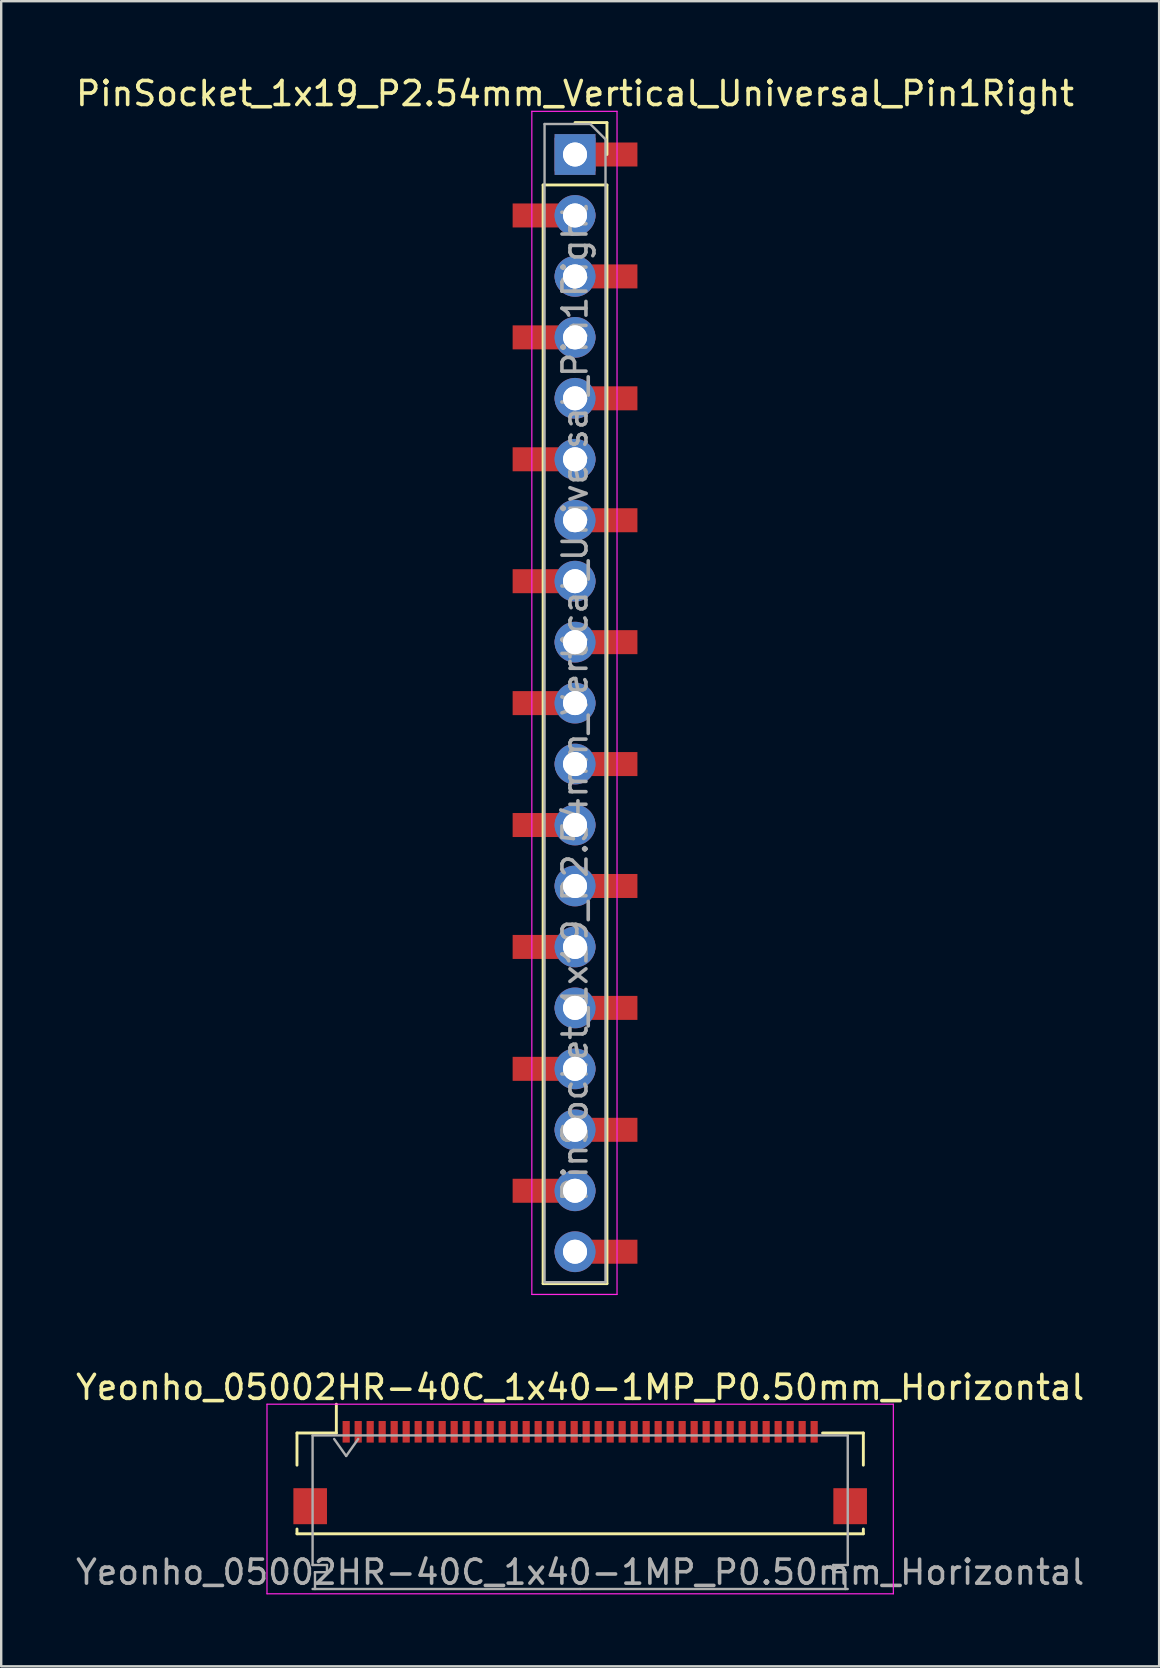
<source format=kicad_pcb>
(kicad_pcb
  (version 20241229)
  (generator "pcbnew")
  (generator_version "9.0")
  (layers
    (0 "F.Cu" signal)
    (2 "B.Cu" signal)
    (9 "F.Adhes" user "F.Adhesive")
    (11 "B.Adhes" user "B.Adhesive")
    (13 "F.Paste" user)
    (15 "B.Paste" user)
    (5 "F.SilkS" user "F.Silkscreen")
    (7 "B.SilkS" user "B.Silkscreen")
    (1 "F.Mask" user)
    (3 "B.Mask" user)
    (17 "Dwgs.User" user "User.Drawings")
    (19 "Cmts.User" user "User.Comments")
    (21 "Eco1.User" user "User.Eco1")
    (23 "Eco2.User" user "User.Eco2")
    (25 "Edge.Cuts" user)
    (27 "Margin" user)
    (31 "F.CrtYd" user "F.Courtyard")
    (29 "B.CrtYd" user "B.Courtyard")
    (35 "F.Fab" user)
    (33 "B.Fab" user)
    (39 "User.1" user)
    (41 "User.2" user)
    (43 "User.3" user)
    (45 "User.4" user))
  (footprint "Yeonho_05002HR-40C_1x40-1MP_P0.50mm_Horizontal"
    (layer "F.Cu")
    (at 21.125 58.462)
    (property "Reference" "Yeonho_05002HR-40C_1x40-1MP_P0.50mm_Horizontal" (at 0 -3.7 0) (layer "F.SilkS") (effects (font (size 1 1) (thickness 0.15))))
    (attr smd)
    (fp_line (start -11.8 -1.8) (end -11.8 -0.46) (stroke (width 0.12) (type solid)) (layer "F.SilkS"))
    (fp_line (start -11.8 2.2) (end -11.8 2.4) (stroke (width 0.12) (type solid)) (layer "F.SilkS"))
    (fp_line (start -11.8 2.4) (end 11.8 2.4) (stroke (width 0.12) (type solid)) (layer "F.SilkS"))
    (fp_line (start -10.16 -1.8) (end -11.8 -1.8) (stroke (width 0.12) (type solid)) (layer "F.SilkS"))
    (fp_line (start -10.16 -1.8) (end -10.16 -3) (stroke (width 0.12) (type solid)) (layer "F.SilkS"))
    (fp_line (start 10.1 -1.8) (end 11.8 -1.8) (stroke (width 0.12) (type solid)) (layer "F.SilkS"))
    (fp_line (start 11.8 -1.8) (end 11.8 -0.46) (stroke (width 0.12) (type solid)) (layer "F.SilkS"))
    (fp_line (start 11.8 2.4) (end 11.8 2.2) (stroke (width 0.12) (type solid)) (layer "F.SilkS"))
    (fp_line (start -13.05 -3) (end -13.05 4.9) (stroke (width 0.05) (type solid)) (layer "F.CrtYd"))
    (fp_line (start -13.05 4.9) (end 13.05 4.9) (stroke (width 0.05) (type solid)) (layer "F.CrtYd"))
    (fp_line (start 13.05 -3) (end -13.05 -3) (stroke (width 0.05) (type solid)) (layer "F.CrtYd"))
    (fp_line (start 13.05 4.9) (end 13.05 -3) (stroke (width 0.05) (type solid)) (layer "F.CrtYd"))
    (fp_line (start -11.15 -1.7) (end -11.15 3.7) (stroke (width 0.1) (type solid)) (layer "F.Fab"))
    (fp_line (start -11.15 3.7) (end -10.55 3.7) (stroke (width 0.1) (type solid)) (layer "F.Fab"))
    (fp_line (start -11.15 4.7) (end 0 4.7) (stroke (width 0.1) (type solid)) (layer "F.Fab"))
    (fp_line (start -11.05 4) (end -11.05 4.7) (stroke (width 0.1) (type solid)) (layer "F.Fab"))
    (fp_line (start -10.55 3.7) (end -10.55 4) (stroke (width 0.1) (type solid)) (layer "F.Fab"))
    (fp_line (start -10.55 4) (end -11.05 4) (stroke (width 0.1) (type solid)) (layer "F.Fab"))
    (fp_line (start -10.25 -1.55) (end -9.75 -0.843) (stroke (width 0.1) (type solid)) (layer "F.Fab"))
    (fp_line (start -9.75 -0.843) (end -9.25 -1.55) (stroke (width 0.1) (type solid)) (layer "F.Fab"))
    (fp_line (start 0 -1.7) (end -11.15 -1.7) (stroke (width 0.1) (type solid)) (layer "F.Fab"))
    (fp_line (start 0 -1.7) (end 11.15 -1.7) (stroke (width 0.1) (type solid)) (layer "F.Fab"))
    (fp_line (start 10.55 3.7) (end 10.55 4) (stroke (width 0.1) (type solid)) (layer "F.Fab"))
    (fp_line (start 10.55 4) (end 11.05 4) (stroke (width 0.1) (type solid)) (layer "F.Fab"))
    (fp_line (start 11.05 4) (end 11.05 4.7) (stroke (width 0.1) (type solid)) (layer "F.Fab"))
    (fp_line (start 11.15 -1.7) (end 11.15 3.7) (stroke (width 0.1) (type solid)) (layer "F.Fab"))
    (fp_line (start 11.15 3.7) (end 10.55 3.7) (stroke (width 0.1) (type solid)) (layer "F.Fab"))
    (fp_line (start 11.15 4.7) (end 0 4.7) (stroke (width 0.1) (type solid)) (layer "F.Fab"))
    (fp_text user "${REFERENCE}" (at 0 4 0) (layer "F.Fab") (effects (font (size 1 1) (thickness 0.15))))
    (pad "1" smd rect (at -9.75 -1.85) (size 0.3 0.9) (layers "F.Cu" "F.Mask" "F.Paste"))
    (pad "2" smd rect (at -9.25 -1.85) (size 0.3 0.9) (layers "F.Cu" "F.Mask" "F.Paste"))
    (pad "3" smd rect (at -8.75 -1.85) (size 0.3 0.9) (layers "F.Cu" "F.Mask" "F.Paste"))
    (pad "4" smd rect (at -8.25 -1.85) (size 0.3 0.9) (layers "F.Cu" "F.Mask" "F.Paste"))
    (pad "5" smd rect (at -7.75 -1.85) (size 0.3 0.9) (layers "F.Cu" "F.Mask" "F.Paste"))
    (pad "6" smd rect (at -7.25 -1.85) (size 0.3 0.9) (layers "F.Cu" "F.Mask" "F.Paste"))
    (pad "7" smd rect (at -6.75 -1.85) (size 0.3 0.9) (layers "F.Cu" "F.Mask" "F.Paste"))
    (pad "8" smd rect (at -6.25 -1.85) (size 0.3 0.9) (layers "F.Cu" "F.Mask" "F.Paste"))
    (pad "9" smd rect (at -5.75 -1.85) (size 0.3 0.9) (layers "F.Cu" "F.Mask" "F.Paste"))
    (pad "10" smd rect (at -5.25 -1.85) (size 0.3 0.9) (layers "F.Cu" "F.Mask" "F.Paste"))
    (pad "11" smd rect (at -4.75 -1.85) (size 0.3 0.9) (layers "F.Cu" "F.Mask" "F.Paste"))
    (pad "12" smd rect (at -4.25 -1.85) (size 0.3 0.9) (layers "F.Cu" "F.Mask" "F.Paste"))
    (pad "13" smd rect (at -3.75 -1.85) (size 0.3 0.9) (layers "F.Cu" "F.Mask" "F.Paste"))
    (pad "14" smd rect (at -3.25 -1.85) (size 0.3 0.9) (layers "F.Cu" "F.Mask" "F.Paste"))
    (pad "15" smd rect (at -2.75 -1.85) (size 0.3 0.9) (layers "F.Cu" "F.Mask" "F.Paste"))
    (pad "16" smd rect (at -2.25 -1.85) (size 0.3 0.9) (layers "F.Cu" "F.Mask" "F.Paste"))
    (pad "17" smd rect (at -1.75 -1.85) (size 0.3 0.9) (layers "F.Cu" "F.Mask" "F.Paste"))
    (pad "18" smd rect (at -1.25 -1.85) (size 0.3 0.9) (layers "F.Cu" "F.Mask" "F.Paste"))
    (pad "19" smd rect (at -0.75 -1.85) (size 0.3 0.9) (layers "F.Cu" "F.Mask" "F.Paste"))
    (pad "20" smd rect (at -0.25 -1.85) (size 0.3 0.9) (layers "F.Cu" "F.Mask" "F.Paste"))
    (pad "21" smd rect (at 0.25 -1.85) (size 0.3 0.9) (layers "F.Cu" "F.Mask" "F.Paste"))
    (pad "22" smd rect (at 0.75 -1.85) (size 0.3 0.9) (layers "F.Cu" "F.Mask" "F.Paste"))
    (pad "23" smd rect (at 1.25 -1.85) (size 0.3 0.9) (layers "F.Cu" "F.Mask" "F.Paste"))
    (pad "24" smd rect (at 1.75 -1.85) (size 0.3 0.9) (layers "F.Cu" "F.Mask" "F.Paste"))
    (pad "25" smd rect (at 2.25 -1.85) (size 0.3 0.9) (layers "F.Cu" "F.Mask" "F.Paste"))
    (pad "26" smd rect (at 2.75 -1.85) (size 0.3 0.9) (layers "F.Cu" "F.Mask" "F.Paste"))
    (pad "27" smd rect (at 3.25 -1.85) (size 0.3 0.9) (layers "F.Cu" "F.Mask" "F.Paste"))
    (pad "28" smd rect (at 3.75 -1.85) (size 0.3 0.9) (layers "F.Cu" "F.Mask" "F.Paste"))
    (pad "29" smd rect (at 4.25 -1.85) (size 0.3 0.9) (layers "F.Cu" "F.Mask" "F.Paste"))
    (pad "30" smd rect (at 4.75 -1.85) (size 0.3 0.9) (layers "F.Cu" "F.Mask" "F.Paste"))
    (pad "31" smd rect (at 5.25 -1.85) (size 0.3 0.9) (layers "F.Cu" "F.Mask" "F.Paste"))
    (pad "32" smd rect (at 5.75 -1.85) (size 0.3 0.9) (layers "F.Cu" "F.Mask" "F.Paste"))
    (pad "33" smd rect (at 6.25 -1.85) (size 0.3 0.9) (layers "F.Cu" "F.Mask" "F.Paste"))
    (pad "34" smd rect (at 6.75 -1.85) (size 0.3 0.9) (layers "F.Cu" "F.Mask" "F.Paste"))
    (pad "35" smd rect (at 7.25 -1.85) (size 0.3 0.9) (layers "F.Cu" "F.Mask" "F.Paste"))
    (pad "36" smd rect (at 7.75 -1.85) (size 0.3 0.9) (layers "F.Cu" "F.Mask" "F.Paste"))
    (pad "37" smd rect (at 8.25 -1.85) (size 0.3 0.9) (layers "F.Cu" "F.Mask" "F.Paste"))
    (pad "38" smd rect (at 8.75 -1.85) (size 0.3 0.9) (layers "F.Cu" "F.Mask" "F.Paste"))
    (pad "39" smd rect (at 9.25 -1.85) (size 0.3 0.9) (layers "F.Cu" "F.Mask" "F.Paste"))
    (pad "40" smd rect (at 9.75 -1.85) (size 0.3 0.9) (layers "F.Cu" "F.Mask" "F.Paste"))
    (pad "MP" smd rect (at -11.25 1.25) (size 1.4 1.5) (layers "F.Cu" "F.Mask" "F.Paste"))
    (pad "MP" smd rect (at 11.25 1.25) (size 1.4 1.5) (layers "F.Cu" "F.Mask" "F.Paste")))
  (footprint "PinSocket_1x19_P2.54mm_Vertical_Universal_Pin1Right"
    (layer "F.Cu")
    (at 20.911 3.388)
    (property "Reference" "PinSocket_1x19_P2.54mm_Vertical_Universal_Pin1Right" (at 0 -2.54 0) (layer "F.SilkS") (effects (font (size 1 1) (thickness 0.15))))
    (attr through_hole)
    (fp_line (start -1.33 1.27) (end -1.33 47.05) (stroke (width 0.12) (type solid)) (layer "F.SilkS"))
    (fp_line (start -1.33 1.27) (end 1.33 1.27) (stroke (width 0.12) (type solid)) (layer "F.SilkS"))
    (fp_line (start -1.33 47.05) (end 1.33 47.05) (stroke (width 0.12) (type solid)) (layer "F.SilkS"))
    (fp_line (start 0 -1.33) (end 1.33 -1.33) (stroke (width 0.12) (type solid)) (layer "F.SilkS"))
    (fp_line (start 1.33 -1.33) (end 1.33 0) (stroke (width 0.12) (type solid)) (layer "F.SilkS"))
    (fp_line (start 1.33 1.27) (end 1.33 47.05) (stroke (width 0.12) (type solid)) (layer "F.SilkS"))
    (fp_line (start -1.8 -1.8) (end 1.75 -1.8) (stroke (width 0.05) (type solid)) (layer "F.CrtYd"))
    (fp_line (start -1.8 47.5) (end -1.8 -1.8) (stroke (width 0.05) (type solid)) (layer "F.CrtYd"))
    (fp_line (start 1.75 -1.8) (end 1.75 47.5) (stroke (width 0.05) (type solid)) (layer "F.CrtYd"))
    (fp_line (start 1.75 47.5) (end -1.8 47.5) (stroke (width 0.05) (type solid)) (layer "F.CrtYd"))
    (fp_line (start -1.27 -1.27) (end 0.635 -1.27) (stroke (width 0.1) (type solid)) (layer "F.Fab"))
    (fp_line (start -1.27 46.99) (end -1.27 -1.27) (stroke (width 0.1) (type solid)) (layer "F.Fab"))
    (fp_line (start 0.635 -1.27) (end 1.27 -0.635) (stroke (width 0.1) (type solid)) (layer "F.Fab"))
    (fp_line (start 1.27 -0.635) (end 1.27 46.99) (stroke (width 0.1) (type solid)) (layer "F.Fab"))
    (fp_line (start 1.27 46.99) (end -1.27 46.99) (stroke (width 0.1) (type solid)) (layer "F.Fab"))
    (fp_text user "${REFERENCE}" (at 0 22.86 90) (layer "F.Fab") (effects (font (size 1 1) (thickness 0.15))))
    (pad "1" thru_hole rect (at 0 0) (size 1.7 1.4) (drill 1) (layers "F.Cu"))
    (pad "1" thru_hole rect (at 0 0) (size 1.7 1.7) (drill 1) (layers "B.Cu" "B.Mask"))
    (pad "1" smd rect (at 1.65 0) (size 1.9 1) (layers "F.Cu" "F.Mask" "F.Paste"))
    (pad "2" smd rect (at -1.65 2.54) (size 1.9 1) (layers "F.Cu" "F.Mask" "F.Paste"))
    (pad "2" thru_hole oval (at 0 2.54) (size 1.7 1.4) (drill 1) (layers "F.Cu"))
    (pad "2" thru_hole oval (at 0 2.54) (size 1.7 1.7) (drill 1) (layers "B.Cu" "B.Mask"))
    (pad "3" thru_hole oval (at 0 5.08) (size 1.7 1.4) (drill 1) (layers "F.Cu"))
    (pad "3" thru_hole oval (at 0 5.08) (size 1.7 1.7) (drill 1) (layers "B.Cu" "B.Mask"))
    (pad "3" smd rect (at 1.65 5.08) (size 1.9 1) (layers "F.Cu" "F.Mask" "F.Paste"))
    (pad "4" smd rect (at -1.65 7.62) (size 1.9 1) (layers "F.Cu" "F.Mask" "F.Paste"))
    (pad "4" thru_hole oval (at 0 7.62) (size 1.7 1.4) (drill 1) (layers "F.Cu"))
    (pad "4" thru_hole oval (at 0 7.62) (size 1.7 1.7) (drill 1) (layers "B.Cu" "B.Mask"))
    (pad "5" thru_hole oval (at 0 10.16) (size 1.7 1.4) (drill 1) (layers "F.Cu"))
    (pad "5" thru_hole oval (at 0 10.16) (size 1.7 1.7) (drill 1) (layers "B.Cu" "B.Mask"))
    (pad "5" smd rect (at 1.65 10.16) (size 1.9 1) (layers "F.Cu" "F.Mask" "F.Paste"))
    (pad "6" smd rect (at -1.65 12.7) (size 1.9 1) (layers "F.Cu" "F.Mask" "F.Paste"))
    (pad "6" thru_hole oval (at 0 12.7) (size 1.7 1.4) (drill 1) (layers "F.Cu"))
    (pad "6" thru_hole oval (at 0 12.7) (size 1.7 1.7) (drill 1) (layers "B.Cu" "B.Mask"))
    (pad "7" thru_hole oval (at 0 15.24) (size 1.7 1.4) (drill 1) (layers "F.Cu"))
    (pad "7" thru_hole oval (at 0 15.24) (size 1.7 1.7) (drill 1) (layers "B.Cu" "B.Mask"))
    (pad "7" smd rect (at 1.65 15.24) (size 1.9 1) (layers "F.Cu" "F.Mask" "F.Paste"))
    (pad "8" smd rect (at -1.65 17.78) (size 1.9 1) (layers "F.Cu" "F.Mask" "F.Paste"))
    (pad "8" thru_hole oval (at 0 17.78) (size 1.7 1.4) (drill 1) (layers "F.Cu"))
    (pad "8" thru_hole oval (at 0 17.78) (size 1.7 1.7) (drill 1) (layers "B.Cu" "B.Mask"))
    (pad "9" thru_hole oval (at 0 20.32) (size 1.7 1.4) (drill 1) (layers "F.Cu"))
    (pad "9" thru_hole oval (at 0 20.32) (size 1.7 1.7) (drill 1) (layers "B.Cu" "B.Mask"))
    (pad "9" smd rect (at 1.65 20.32) (size 1.9 1) (layers "F.Cu" "F.Mask" "F.Paste"))
    (pad "10" smd rect (at -1.65 22.86) (size 1.9 1) (layers "F.Cu" "F.Mask" "F.Paste"))
    (pad "10" thru_hole oval (at 0 22.86) (size 1.7 1.4) (drill 1) (layers "F.Cu"))
    (pad "10" thru_hole oval (at 0 22.86) (size 1.7 1.7) (drill 1) (layers "B.Cu" "B.Mask"))
    (pad "11" thru_hole oval (at 0 25.4) (size 1.7 1.4) (drill 1) (layers "F.Cu"))
    (pad "11" thru_hole oval (at 0 25.4) (size 1.7 1.7) (drill 1) (layers "B.Cu" "B.Mask"))
    (pad "11" smd rect (at 1.65 25.4) (size 1.9 1) (layers "F.Cu" "F.Mask" "F.Paste"))
    (pad "12" smd rect (at -1.65 27.94) (size 1.9 1) (layers "F.Cu" "F.Mask" "F.Paste"))
    (pad "12" thru_hole oval (at 0 27.94) (size 1.7 1.4) (drill 1) (layers "F.Cu"))
    (pad "12" thru_hole oval (at 0 27.94) (size 1.7 1.7) (drill 1) (layers "B.Cu" "B.Mask"))
    (pad "13" thru_hole oval (at 0 30.48) (size 1.7 1.4) (drill 1) (layers "F.Cu"))
    (pad "13" thru_hole oval (at 0 30.48) (size 1.7 1.7) (drill 1) (layers "B.Cu" "B.Mask"))
    (pad "13" smd rect (at 1.65 30.48) (size 1.9 1) (layers "F.Cu" "F.Mask" "F.Paste"))
    (pad "14" smd rect (at -1.65 33.02) (size 1.9 1) (layers "F.Cu" "F.Mask" "F.Paste"))
    (pad "14" thru_hole oval (at 0 33.02) (size 1.7 1.4) (drill 1) (layers "F.Cu"))
    (pad "14" thru_hole oval (at 0 33.02) (size 1.7 1.7) (drill 1) (layers "B.Cu" "B.Mask"))
    (pad "15" thru_hole oval (at 0 35.56) (size 1.7 1.4) (drill 1) (layers "F.Cu"))
    (pad "15" thru_hole oval (at 0 35.56) (size 1.7 1.7) (drill 1) (layers "B.Cu" "B.Mask"))
    (pad "15" smd rect (at 1.65 35.56) (size 1.9 1) (layers "F.Cu" "F.Mask" "F.Paste"))
    (pad "16" smd rect (at -1.65 38.1) (size 1.9 1) (layers "F.Cu" "F.Mask" "F.Paste"))
    (pad "16" thru_hole oval (at 0 38.1) (size 1.7 1.4) (drill 1) (layers "F.Cu"))
    (pad "16" thru_hole oval (at 0 38.1) (size 1.7 1.7) (drill 1) (layers "B.Cu" "B.Mask"))
    (pad "17" thru_hole oval (at 0 40.64) (size 1.7 1.4) (drill 1) (layers "F.Cu"))
    (pad "17" thru_hole oval (at 0 40.64) (size 1.7 1.7) (drill 1) (layers "B.Cu" "B.Mask"))
    (pad "17" smd rect (at 1.65 40.64) (size 1.9 1) (layers "F.Cu" "F.Mask" "F.Paste"))
    (pad "18" smd rect (at -1.65 43.18) (size 1.9 1) (layers "F.Cu" "F.Mask" "F.Paste"))
    (pad "18" thru_hole oval (at 0 43.18) (size 1.7 1.4) (drill 1) (layers "F.Cu"))
    (pad "18" thru_hole oval (at 0 43.18) (size 1.7 1.7) (drill 1) (layers "B.Cu" "B.Mask"))
    (pad "19" thru_hole oval (at 0 45.72) (size 1.7 1.4) (drill 1) (layers "F.Cu"))
    (pad "19" thru_hole oval (at 0 45.72) (size 1.7 1.7) (drill 1) (layers "B.Cu" "B.Mask"))
    (pad "19" smd rect (at 1.65 45.72) (size 1.9 1) (layers "F.Cu" "F.Mask" "F.Paste")))
  (gr_rect
    (start -3 -3)
    (end 45.25 66.386)
    (stroke (width 0.1) (type default))
    (fill no)
    (layer "Edge.Cuts")))
</source>
